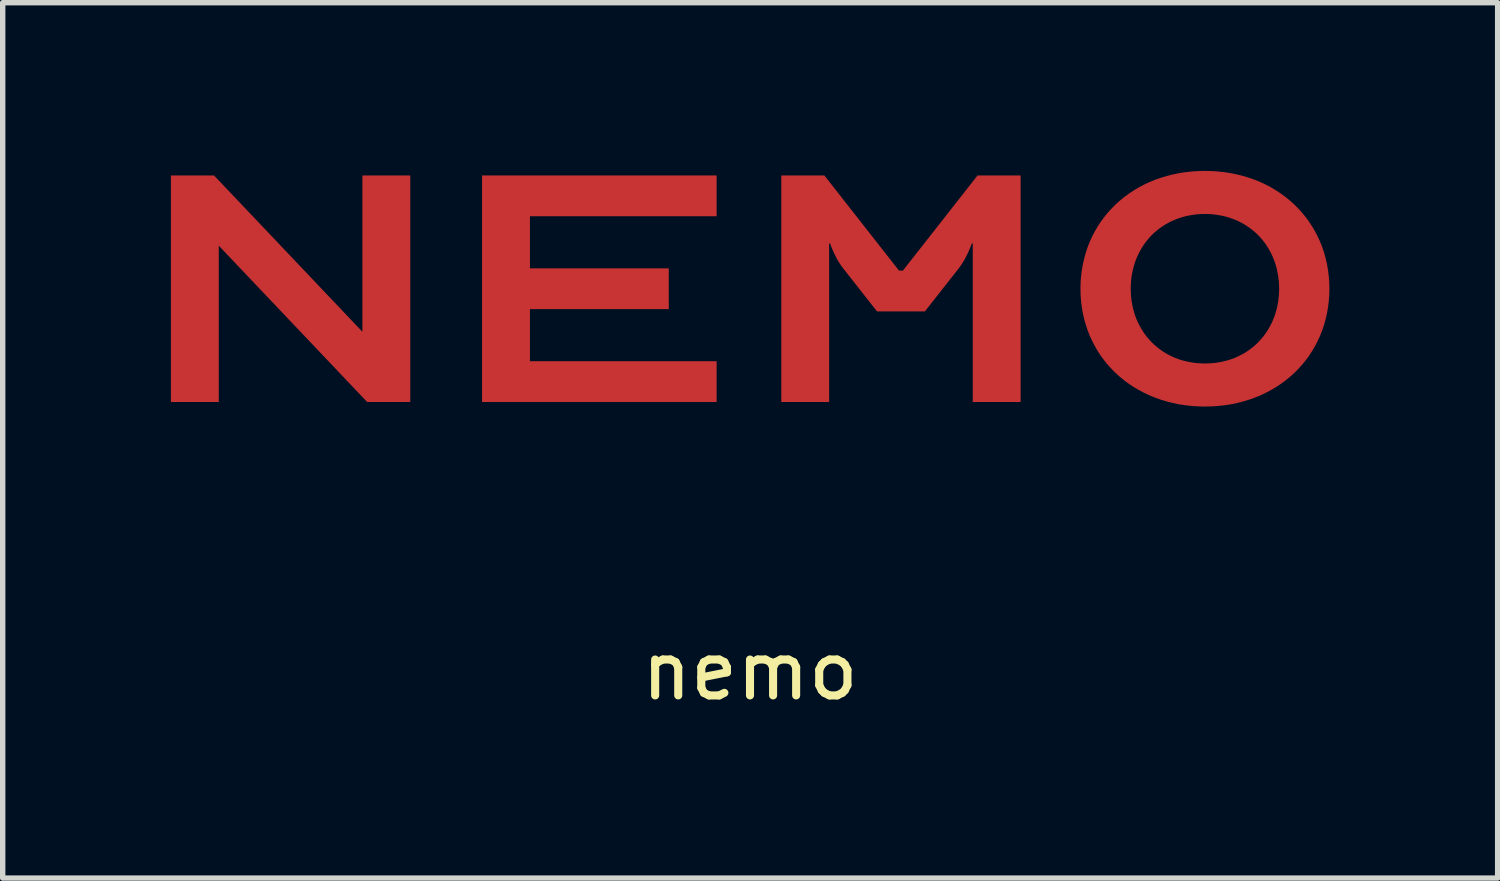
<source format=kicad_pcb>
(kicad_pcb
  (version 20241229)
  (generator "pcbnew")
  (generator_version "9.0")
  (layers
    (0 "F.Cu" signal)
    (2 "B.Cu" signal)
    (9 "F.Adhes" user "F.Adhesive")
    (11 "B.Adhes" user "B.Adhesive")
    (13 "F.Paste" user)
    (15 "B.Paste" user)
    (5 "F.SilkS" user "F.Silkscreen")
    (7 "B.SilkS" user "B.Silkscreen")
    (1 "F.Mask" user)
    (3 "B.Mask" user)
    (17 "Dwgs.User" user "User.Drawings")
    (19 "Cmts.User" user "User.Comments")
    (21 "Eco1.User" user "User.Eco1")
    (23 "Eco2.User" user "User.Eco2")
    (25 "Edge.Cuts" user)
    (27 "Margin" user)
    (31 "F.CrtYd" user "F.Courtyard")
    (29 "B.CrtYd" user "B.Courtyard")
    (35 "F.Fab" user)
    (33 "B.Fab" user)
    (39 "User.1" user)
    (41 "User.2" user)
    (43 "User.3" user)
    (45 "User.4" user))
  (footprint "nemo"
    (layer "F.Cu")
    (at 10.882 2.313)
    (property "Reference" "nemo" (at 0 7.1 0) (unlocked yes) (layer "F.SilkS") (effects (font (size 1 1) (thickness 0.15))))
    (attr smd)
    (fp_poly (pts (xy -7.2 0.8) (xy -7.2 -2.104) (xy -6.311 -2.104) (xy -6.311 2.105) (xy -7.111 2.105) (xy -9.868 -0.799) (xy -9.868 2.105) (xy -10.757 2.105) (xy -10.757 -2.104) (xy -9.957 -2.104)) (stroke (width 0) (type solid)) (fill yes) (layer "F.Cu"))
    (fp_poly (pts (xy -0.62 -1.346) (xy -4.088 -1.346) (xy -4.088 -0.378) (xy -1.509 -0.378) (xy -1.509 0.379) (xy -4.088 0.379) (xy -4.088 1.347) (xy -0.62 1.347) (xy -0.62 2.105) (xy -4.977 2.105) (xy -4.977 -2.104) (xy -0.62 -2.104)) (stroke (width 0) (type solid)) (fill yes) (layer "F.Cu"))
    (fp_poly (pts (xy 2.768 -0.336) (xy 2.84 -0.336) (xy 4.227 -2.104) (xy 5.027 -2.104) (xy 5.027 2.105) (xy 4.138 2.105) (xy 4.138 -0.841) (xy 4.12 -0.841) (xy 4.104 -0.796) (xy 4.083 -0.745) (xy 4.056 -0.681) (xy 4.02 -0.608) (xy 4 -0.569) (xy 3.977 -0.529) (xy 3.953 -0.488) (xy 3.928 -0.448) (xy 3.9 -0.409) (xy 3.871 -0.37) (xy 3.249 0.421) (xy 2.359 0.421) (xy 1.737 -0.37) (xy 1.708 -0.409) (xy 1.68 -0.448) (xy 1.654 -0.488) (xy 1.63 -0.529) (xy 1.608 -0.569) (xy 1.588 -0.608) (xy 1.569 -0.646) (xy 1.552 -0.681) (xy 1.537 -0.715) (xy 1.524 -0.745) (xy 1.504 -0.796) (xy 1.488 -0.841) (xy 1.47 -0.841) (xy 1.47 2.105) (xy 0.581 2.105) (xy 0.581 -2.104) (xy 1.381 -2.104)) (stroke (width 0) (type solid)) (fill yes) (layer "F.Cu"))
    (fp_poly (pts (xy 8.575 -2.185) (xy 8.696 -2.177) (xy 8.816 -2.164) (xy 8.933 -2.146) (xy 9.047 -2.122) (xy 9.159 -2.094) (xy 9.268 -2.061) (xy 9.375 -2.024) (xy 9.478 -1.981) (xy 9.578 -1.935) (xy 9.675 -1.884) (xy 9.768 -1.828) (xy 9.858 -1.769) (xy 9.945 -1.706) (xy 10.028 -1.638) (xy 10.107 -1.567) (xy 10.182 -1.492) (xy 10.253 -1.414) (xy 10.32 -1.332) (xy 10.383 -1.247) (xy 10.441 -1.158) (xy 10.495 -1.067) (xy 10.544 -0.972) (xy 10.589 -0.874) (xy 10.629 -0.774) (xy 10.664 -0.67) (xy 10.693 -0.564) (xy 10.718 -0.456) (xy 10.737 -0.345) (xy 10.751 -0.232) (xy 10.76 -0.117) (xy 10.763 0.000417) (xy 10.76 0.118) (xy 10.751 0.233) (xy 10.737 0.346) (xy 10.718 0.457) (xy 10.693 0.565) (xy 10.664 0.671) (xy 10.629 0.774) (xy 10.589 0.875) (xy 10.544 0.973) (xy 10.495 1.067) (xy 10.441 1.159) (xy 10.383 1.248) (xy 10.32 1.333) (xy 10.253 1.415) (xy 10.182 1.493) (xy 10.107 1.568) (xy 10.028 1.639) (xy 9.945 1.706) (xy 9.858 1.77) (xy 9.768 1.829) (xy 9.675 1.884) (xy 9.578 1.935) (xy 9.478 1.982) (xy 9.375 2.024) (xy 9.268 2.062) (xy 9.159 2.095) (xy 9.047 2.123) (xy 8.933 2.147) (xy 8.816 2.165) (xy 8.696 2.178) (xy 8.575 2.186) (xy 8.451 2.189) (xy 8.327 2.186) (xy 8.205 2.178) (xy 8.085 2.165) (xy 7.968 2.147) (xy 7.854 2.123) (xy 7.742 2.095) (xy 7.633 2.062) (xy 7.527 2.024) (xy 7.423 1.982) (xy 7.323 1.935) (xy 7.226 1.884) (xy 7.133 1.829) (xy 7.043 1.77) (xy 6.956 1.706) (xy 6.873 1.639) (xy 6.794 1.568) (xy 6.719 1.493) (xy 6.648 1.415) (xy 6.581 1.333) (xy 6.518 1.248) (xy 6.46 1.159) (xy 6.406 1.067) (xy 6.357 0.973) (xy 6.312 0.875) (xy 6.272 0.774) (xy 6.238 0.671) (xy 6.208 0.565) (xy 6.183 0.457) (xy 6.164 0.346) (xy 6.15 0.233) (xy 6.141 0.118) (xy 6.139 0.000417) (xy 7.072 0.000417) (xy 7.074 0.075) (xy 7.079 0.148) (xy 7.087 0.219) (xy 7.099 0.29) (xy 7.113 0.358) (xy 7.131 0.425) (xy 7.151 0.491) (xy 7.175 0.555) (xy 7.201 0.617) (xy 7.231 0.677) (xy 7.263 0.735) (xy 7.297 0.791) (xy 7.335 0.845) (xy 7.374 0.897) (xy 7.417 0.947) (xy 7.461 0.995) (xy 7.508 1.04) (xy 7.558 1.083) (xy 7.609 1.123) (xy 7.663 1.161) (xy 7.718 1.196) (xy 7.776 1.228) (xy 7.836 1.258) (xy 7.898 1.285) (xy 7.961 1.309) (xy 8.026 1.33) (xy 8.093 1.347) (xy 8.162 1.362) (xy 8.232 1.374) (xy 8.303 1.382) (xy 8.376 1.387) (xy 8.451 1.389) (xy 8.525 1.387) (xy 8.598 1.382) (xy 8.669 1.374) (xy 8.74 1.362) (xy 8.808 1.347) (xy 8.875 1.33) (xy 8.94 1.309) (xy 9.004 1.285) (xy 9.065 1.258) (xy 9.125 1.228) (xy 9.183 1.196) (xy 9.238 1.161) (xy 9.292 1.123) (xy 9.344 1.083) (xy 9.393 1.04) (xy 9.44 0.995) (xy 9.485 0.947) (xy 9.527 0.897) (xy 9.567 0.845) (xy 9.604 0.791) (xy 9.638 0.735) (xy 9.67 0.677) (xy 9.7 0.617) (xy 9.726 0.555) (xy 9.75 0.491) (xy 9.77 0.425) (xy 9.788 0.358) (xy 9.802 0.29) (xy 9.814 0.219) (xy 9.822 0.148) (xy 9.827 0.075) (xy 9.829 0.000417) (xy 9.827 -0.074) (xy 9.822 -0.147) (xy 9.814 -0.219) (xy 9.802 -0.289) (xy 9.788 -0.358) (xy 9.77 -0.425) (xy 9.75 -0.49) (xy 9.726 -0.554) (xy 9.7 -0.616) (xy 9.67 -0.676) (xy 9.638 -0.734) (xy 9.604 -0.79) (xy 9.567 -0.845) (xy 9.527 -0.896) (xy 9.485 -0.946) (xy 9.44 -0.994) (xy 9.393 -1.039) (xy 9.344 -1.082) (xy 9.292 -1.122) (xy 9.238 -1.16) (xy 9.183 -1.195) (xy 9.125 -1.227) (xy 9.065 -1.257) (xy 9.004 -1.284) (xy 8.94 -1.308) (xy 8.875 -1.329) (xy 8.808 -1.347) (xy 8.74 -1.361) (xy 8.669 -1.373) (xy 8.598 -1.382) (xy 8.525 -1.387) (xy 8.451 -1.388) (xy 8.376 -1.387) (xy 8.303 -1.382) (xy 8.232 -1.373) (xy 8.162 -1.361) (xy 8.093 -1.347) (xy 8.026 -1.329) (xy 7.961 -1.308) (xy 7.898 -1.284) (xy 7.836 -1.257) (xy 7.776 -1.227) (xy 7.718 -1.195) (xy 7.663 -1.16) (xy 7.609 -1.122) (xy 7.558 -1.082) (xy 7.508 -1.039) (xy 7.461 -0.994) (xy 7.417 -0.946) (xy 7.374 -0.896) (xy 7.335 -0.845) (xy 7.297 -0.79) (xy 7.263 -0.734) (xy 7.231 -0.676) (xy 7.201 -0.616) (xy 7.175 -0.554) (xy 7.151 -0.49) (xy 7.131 -0.425) (xy 7.113 -0.358) (xy 7.099 -0.289) (xy 7.087 -0.219) (xy 7.079 -0.147) (xy 7.074 -0.074) (xy 7.072 0.000417) (xy 6.139 0.000417) (xy 6.141 -0.117) (xy 6.15 -0.232) (xy 6.164 -0.345) (xy 6.183 -0.456) (xy 6.208 -0.564) (xy 6.238 -0.67) (xy 6.272 -0.774) (xy 6.312 -0.874) (xy 6.357 -0.972) (xy 6.406 -1.067) (xy 6.46 -1.158) (xy 6.518 -1.247) (xy 6.581 -1.332) (xy 6.648 -1.414) (xy 6.719 -1.492) (xy 6.794 -1.567) (xy 6.873 -1.638) (xy 6.956 -1.706) (xy 7.043 -1.769) (xy 7.133 -1.828) (xy 7.226 -1.884) (xy 7.323 -1.935) (xy 7.423 -1.981) (xy 7.527 -2.024) (xy 7.633 -2.061) (xy 7.742 -2.094) (xy 7.854 -2.122) (xy 7.968 -2.146) (xy 8.085 -2.164) (xy 8.205 -2.177) (xy 8.327 -2.185) (xy 8.451 -2.188)) (stroke (width 0) (type solid)) (fill yes) (layer "F.Cu"))
    (fp_poly (pts (xy -7.2 0.8) (xy -7.2 -2.104) (xy -6.311 -2.104) (xy -6.311 2.105) (xy -7.111 2.105) (xy -9.868 -0.799) (xy -9.868 2.105) (xy -10.757 2.105) (xy -10.757 -2.104) (xy -9.957 -2.104)) (stroke (width 0.25) (type solid)) (fill yes) (layer "F.Mask"))
    (fp_poly (pts (xy -0.62 -1.346) (xy -4.088 -1.346) (xy -4.088 -0.378) (xy -1.509 -0.378) (xy -1.509 0.379) (xy -4.088 0.379) (xy -4.088 1.347) (xy -0.62 1.347) (xy -0.62 2.105) (xy -4.977 2.105) (xy -4.977 -2.104) (xy -0.62 -2.104)) (stroke (width 0.25) (type solid)) (fill yes) (layer "F.Mask"))
    (fp_poly (pts (xy 2.768 -0.336) (xy 2.84 -0.336) (xy 4.227 -2.104) (xy 5.027 -2.104) (xy 5.027 2.105) (xy 4.138 2.105) (xy 4.138 -0.841) (xy 4.12 -0.841) (xy 4.104 -0.796) (xy 4.083 -0.745) (xy 4.056 -0.681) (xy 4.02 -0.608) (xy 4 -0.569) (xy 3.977 -0.529) (xy 3.953 -0.488) (xy 3.928 -0.448) (xy 3.9 -0.409) (xy 3.871 -0.37) (xy 3.249 0.421) (xy 2.359 0.421) (xy 1.737 -0.37) (xy 1.708 -0.409) (xy 1.68 -0.448) (xy 1.654 -0.488) (xy 1.63 -0.529) (xy 1.608 -0.569) (xy 1.588 -0.608) (xy 1.569 -0.646) (xy 1.552 -0.681) (xy 1.537 -0.715) (xy 1.524 -0.745) (xy 1.504 -0.796) (xy 1.488 -0.841) (xy 1.47 -0.841) (xy 1.47 2.105) (xy 0.581 2.105) (xy 0.581 -2.104) (xy 1.381 -2.104)) (stroke (width 0.25) (type solid)) (fill yes) (layer "F.Mask"))
    (fp_poly (pts (xy 8.575 -2.185) (xy 8.696 -2.177) (xy 8.816 -2.164) (xy 8.933 -2.146) (xy 9.047 -2.122) (xy 9.159 -2.094) (xy 9.268 -2.061) (xy 9.375 -2.024) (xy 9.478 -1.981) (xy 9.578 -1.935) (xy 9.675 -1.884) (xy 9.768 -1.828) (xy 9.858 -1.769) (xy 9.945 -1.706) (xy 10.028 -1.638) (xy 10.107 -1.567) (xy 10.182 -1.492) (xy 10.253 -1.414) (xy 10.32 -1.332) (xy 10.383 -1.247) (xy 10.441 -1.158) (xy 10.495 -1.067) (xy 10.544 -0.972) (xy 10.589 -0.874) (xy 10.629 -0.774) (xy 10.664 -0.67) (xy 10.693 -0.564) (xy 10.718 -0.456) (xy 10.737 -0.345) (xy 10.751 -0.232) (xy 10.76 -0.117) (xy 10.763 0.000417) (xy 10.76 0.118) (xy 10.751 0.233) (xy 10.737 0.346) (xy 10.718 0.457) (xy 10.693 0.565) (xy 10.664 0.671) (xy 10.629 0.774) (xy 10.589 0.875) (xy 10.544 0.973) (xy 10.495 1.067) (xy 10.441 1.159) (xy 10.383 1.248) (xy 10.32 1.333) (xy 10.253 1.415) (xy 10.182 1.493) (xy 10.107 1.568) (xy 10.028 1.639) (xy 9.945 1.706) (xy 9.858 1.77) (xy 9.768 1.829) (xy 9.675 1.884) (xy 9.578 1.935) (xy 9.478 1.982) (xy 9.375 2.024) (xy 9.268 2.062) (xy 9.159 2.095) (xy 9.047 2.123) (xy 8.933 2.147) (xy 8.816 2.165) (xy 8.696 2.178) (xy 8.575 2.186) (xy 8.451 2.189) (xy 8.327 2.186) (xy 8.205 2.178) (xy 8.085 2.165) (xy 7.968 2.147) (xy 7.854 2.123) (xy 7.742 2.095) (xy 7.633 2.062) (xy 7.527 2.024) (xy 7.423 1.982) (xy 7.323 1.935) (xy 7.226 1.884) (xy 7.133 1.829) (xy 7.043 1.77) (xy 6.956 1.706) (xy 6.873 1.639) (xy 6.794 1.568) (xy 6.719 1.493) (xy 6.648 1.415) (xy 6.581 1.333) (xy 6.518 1.248) (xy 6.46 1.159) (xy 6.406 1.067) (xy 6.357 0.973) (xy 6.312 0.875) (xy 6.272 0.774) (xy 6.238 0.671) (xy 6.208 0.565) (xy 6.183 0.457) (xy 6.164 0.346) (xy 6.15 0.233) (xy 6.141 0.118) (xy 6.139 0.000417) (xy 7.072 0.000417) (xy 7.074 0.075) (xy 7.079 0.148) (xy 7.087 0.219) (xy 7.099 0.29) (xy 7.113 0.358) (xy 7.131 0.425) (xy 7.151 0.491) (xy 7.175 0.555) (xy 7.201 0.617) (xy 7.231 0.677) (xy 7.263 0.735) (xy 7.297 0.791) (xy 7.335 0.845) (xy 7.374 0.897) (xy 7.417 0.947) (xy 7.461 0.995) (xy 7.508 1.04) (xy 7.558 1.083) (xy 7.609 1.123) (xy 7.663 1.161) (xy 7.718 1.196) (xy 7.776 1.228) (xy 7.836 1.258) (xy 7.898 1.285) (xy 7.961 1.309) (xy 8.026 1.33) (xy 8.093 1.347) (xy 8.162 1.362) (xy 8.232 1.374) (xy 8.303 1.382) (xy 8.376 1.387) (xy 8.451 1.389) (xy 8.525 1.387) (xy 8.598 1.382) (xy 8.669 1.374) (xy 8.74 1.362) (xy 8.808 1.347) (xy 8.875 1.33) (xy 8.94 1.309) (xy 9.004 1.285) (xy 9.065 1.258) (xy 9.125 1.228) (xy 9.183 1.196) (xy 9.238 1.161) (xy 9.292 1.123) (xy 9.344 1.083) (xy 9.393 1.04) (xy 9.44 0.995) (xy 9.485 0.947) (xy 9.527 0.897) (xy 9.567 0.845) (xy 9.604 0.791) (xy 9.638 0.735) (xy 9.67 0.677) (xy 9.7 0.617) (xy 9.726 0.555) (xy 9.75 0.491) (xy 9.77 0.425) (xy 9.788 0.358) (xy 9.802 0.29) (xy 9.814 0.219) (xy 9.822 0.148) (xy 9.827 0.075) (xy 9.829 0.000417) (xy 9.827 -0.074) (xy 9.822 -0.147) (xy 9.814 -0.219) (xy 9.802 -0.289) (xy 9.788 -0.358) (xy 9.77 -0.425) (xy 9.75 -0.49) (xy 9.726 -0.554) (xy 9.7 -0.616) (xy 9.67 -0.676) (xy 9.638 -0.734) (xy 9.604 -0.79) (xy 9.567 -0.845) (xy 9.527 -0.896) (xy 9.485 -0.946) (xy 9.44 -0.994) (xy 9.393 -1.039) (xy 9.344 -1.082) (xy 9.292 -1.122) (xy 9.238 -1.16) (xy 9.183 -1.195) (xy 9.125 -1.227) (xy 9.065 -1.257) (xy 9.004 -1.284) (xy 8.94 -1.308) (xy 8.875 -1.329) (xy 8.808 -1.347) (xy 8.74 -1.361) (xy 8.669 -1.373) (xy 8.598 -1.382) (xy 8.525 -1.387) (xy 8.451 -1.388) (xy 8.376 -1.387) (xy 8.303 -1.382) (xy 8.232 -1.373) (xy 8.162 -1.361) (xy 8.093 -1.347) (xy 8.026 -1.329) (xy 7.961 -1.308) (xy 7.898 -1.284) (xy 7.836 -1.257) (xy 7.776 -1.227) (xy 7.718 -1.195) (xy 7.663 -1.16) (xy 7.609 -1.122) (xy 7.558 -1.082) (xy 7.508 -1.039) (xy 7.461 -0.994) (xy 7.417 -0.946) (xy 7.374 -0.896) (xy 7.335 -0.845) (xy 7.297 -0.79) (xy 7.263 -0.734) (xy 7.231 -0.676) (xy 7.201 -0.616) (xy 7.175 -0.554) (xy 7.151 -0.49) (xy 7.131 -0.425) (xy 7.113 -0.358) (xy 7.099 -0.289) (xy 7.087 -0.219) (xy 7.079 -0.147) (xy 7.074 -0.074) (xy 7.072 0.000417) (xy 6.139 0.000417) (xy 6.141 -0.117) (xy 6.15 -0.232) (xy 6.164 -0.345) (xy 6.183 -0.456) (xy 6.208 -0.564) (xy 6.238 -0.67) (xy 6.272 -0.774) (xy 6.312 -0.874) (xy 6.357 -0.972) (xy 6.406 -1.067) (xy 6.46 -1.158) (xy 6.518 -1.247) (xy 6.581 -1.332) (xy 6.648 -1.414) (xy 6.719 -1.492) (xy 6.794 -1.567) (xy 6.873 -1.638) (xy 6.956 -1.706) (xy 7.043 -1.769) (xy 7.133 -1.828) (xy 7.226 -1.884) (xy 7.323 -1.935) (xy 7.423 -1.981) (xy 7.527 -2.024) (xy 7.633 -2.061) (xy 7.742 -2.094) (xy 7.854 -2.122) (xy 7.968 -2.146) (xy 8.085 -2.164) (xy 8.205 -2.177) (xy 8.327 -2.185) (xy 8.451 -2.188)) (stroke (width 0.25) (type solid)) (fill yes) (layer "F.Mask")))
  (gr_rect
    (start -3 -3)
    (end 24.77 13.261)
    (stroke (width 0.1) (type default))
    (fill no)
    (layer "Edge.Cuts")))
</source>
